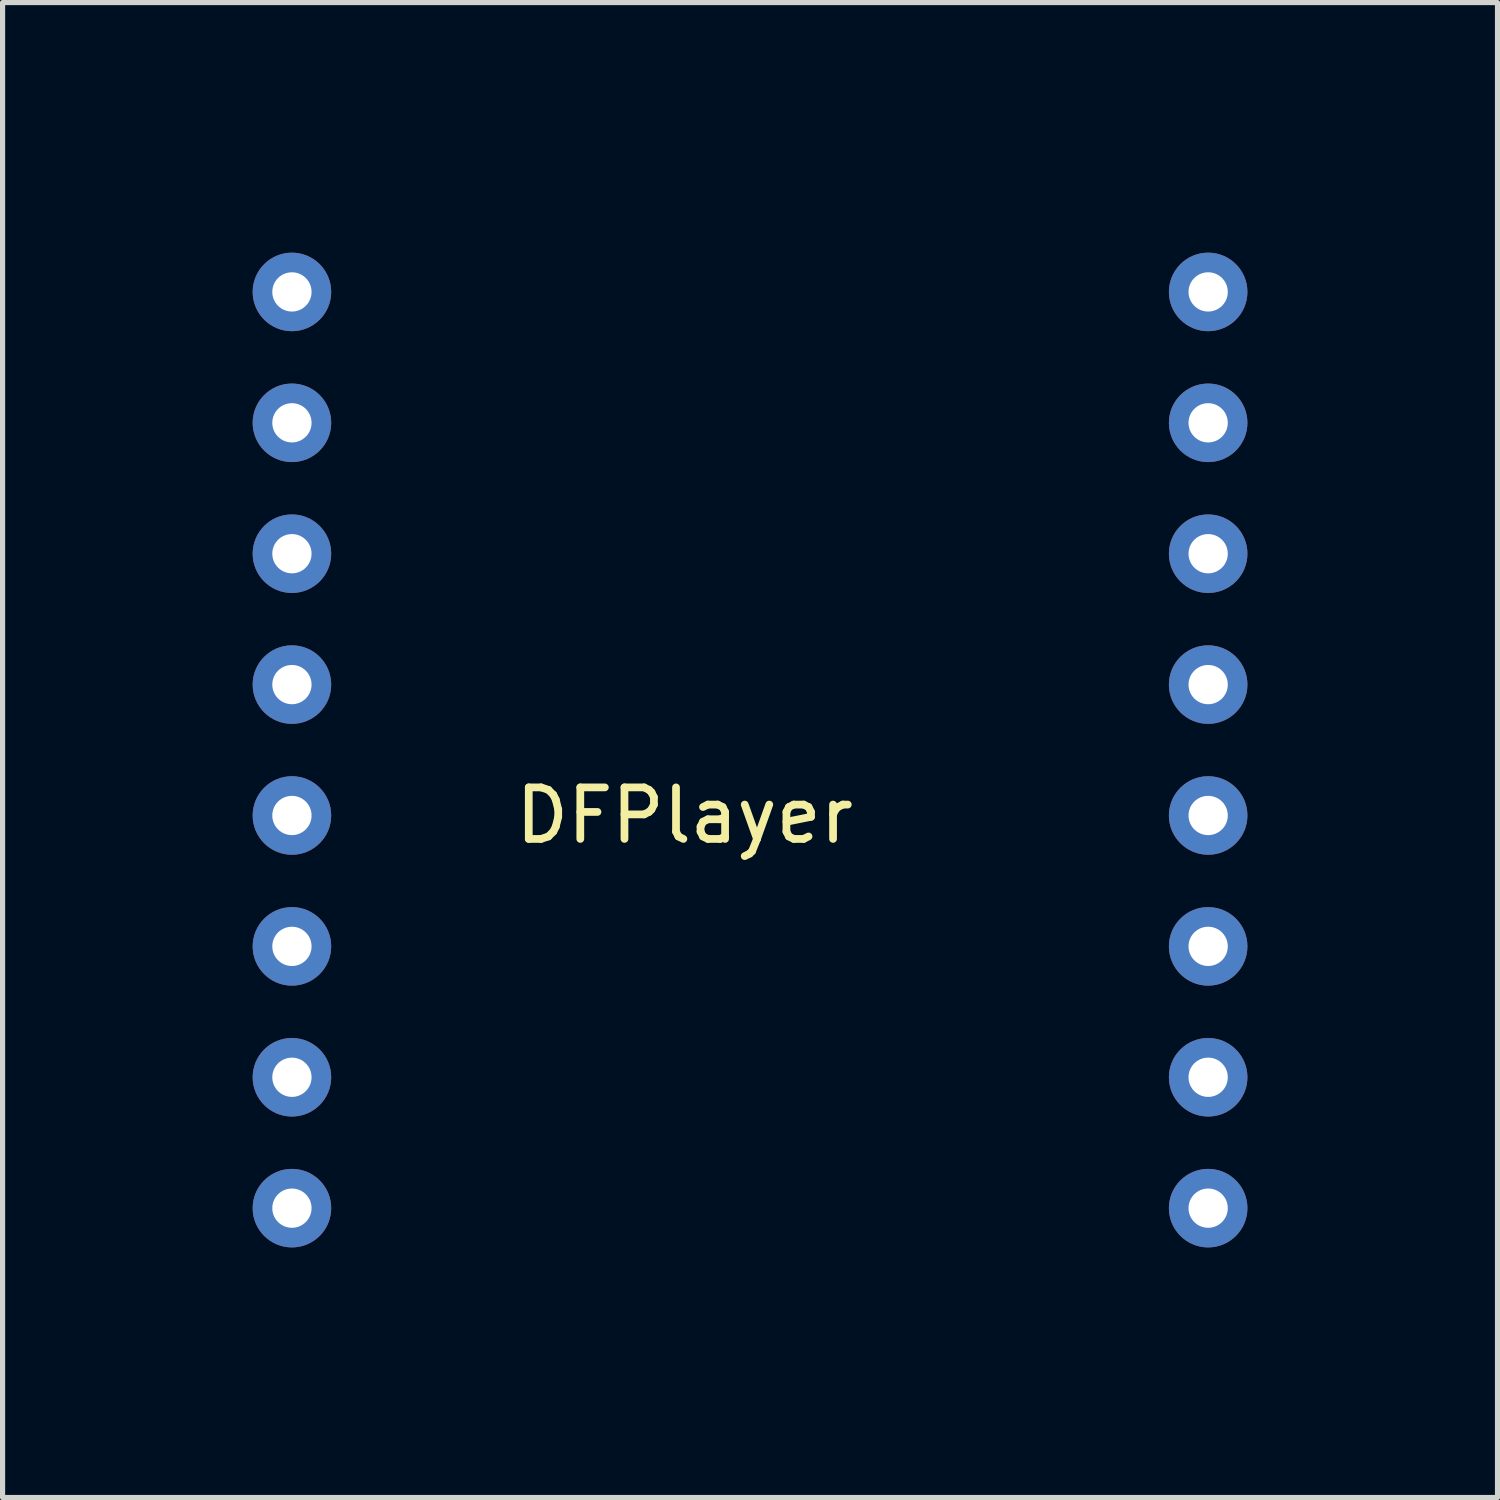
<source format=kicad_pcb>
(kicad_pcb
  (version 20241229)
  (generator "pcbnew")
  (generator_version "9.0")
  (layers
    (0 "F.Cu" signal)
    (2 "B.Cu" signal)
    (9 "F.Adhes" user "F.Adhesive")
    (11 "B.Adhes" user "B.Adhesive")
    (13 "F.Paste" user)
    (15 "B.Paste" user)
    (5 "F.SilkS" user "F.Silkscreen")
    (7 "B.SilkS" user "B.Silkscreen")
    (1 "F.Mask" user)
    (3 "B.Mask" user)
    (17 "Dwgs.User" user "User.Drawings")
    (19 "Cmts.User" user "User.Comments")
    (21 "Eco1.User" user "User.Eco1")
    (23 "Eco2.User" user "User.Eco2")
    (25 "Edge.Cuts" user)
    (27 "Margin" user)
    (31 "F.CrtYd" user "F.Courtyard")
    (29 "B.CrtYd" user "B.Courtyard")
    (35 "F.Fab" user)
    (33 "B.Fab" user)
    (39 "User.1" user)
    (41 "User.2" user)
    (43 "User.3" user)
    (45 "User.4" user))
  (footprint "DFPlayer"
    (layer "F.Cu")
    (at 10.235 2.615)
    (property "Reference" "DFPlayer" (at 0 10.16 0) (layer "F.SilkS") (effects (font (size 1 1) (thickness 0.15))))
    (attr through_hole)
    (fp_line (start -10.16 -2.54) (end 12.7 -2.54) (stroke (width 0.15) (type solid)) (layer "B.Mask"))
    (fp_line (start -10.16 20.32) (end -10.16 -2.54) (stroke (width 0.15) (type solid)) (layer "B.Mask"))
    (fp_line (start 12.7 -2.54) (end 12.7 20.32) (stroke (width 0.15) (type solid)) (layer "B.Mask"))
    (fp_line (start 12.7 20.32) (end -10.16 20.32) (stroke (width 0.15) (type solid)) (layer "B.Mask"))
    (pad "1" thru_hole circle (at -7.62 0) (size 1.524 1.524) (drill 0.762) (layers "*.Cu" "*.Mask"))
    (pad "2" thru_hole circle (at -7.62 2.54) (size 1.524 1.524) (drill 0.762) (layers "*.Cu" "*.Mask"))
    (pad "3" thru_hole circle (at -7.62 5.08) (size 1.524 1.524) (drill 0.762) (layers "*.Cu" "*.Mask"))
    (pad "4" thru_hole circle (at -7.62 7.62) (size 1.524 1.524) (drill 0.762) (layers "*.Cu" "*.Mask"))
    (pad "5" thru_hole circle (at -7.62 10.16) (size 1.524 1.524) (drill 0.762) (layers "*.Cu" "*.Mask"))
    (pad "6" thru_hole circle (at -7.62 12.7) (size 1.524 1.524) (drill 0.762) (layers "*.Cu" "*.Mask"))
    (pad "7" thru_hole circle (at -7.62 15.24) (size 1.524 1.524) (drill 0.762) (layers "*.Cu" "*.Mask"))
    (pad "8" thru_hole circle (at -7.62 17.78) (size 1.524 1.524) (drill 0.762) (layers "*.Cu" "*.Mask"))
    (pad "9" thru_hole circle (at 10.16 17.78) (size 1.524 1.524) (drill 0.762) (layers "*.Cu" "*.Mask"))
    (pad "10" thru_hole circle (at 10.16 15.24) (size 1.524 1.524) (drill 0.762) (layers "*.Cu" "*.Mask"))
    (pad "11" thru_hole circle (at 10.16 12.7) (size 1.524 1.524) (drill 0.762) (layers "*.Cu" "*.Mask"))
    (pad "12" thru_hole circle (at 10.16 10.16) (size 1.524 1.524) (drill 0.762) (layers "*.Cu" "*.Mask"))
    (pad "13" thru_hole circle (at 10.16 7.62) (size 1.524 1.524) (drill 0.762) (layers "*.Cu" "*.Mask"))
    (pad "14" thru_hole circle (at 10.16 5.08) (size 1.524 1.524) (drill 0.762) (layers "*.Cu" "*.Mask"))
    (pad "15" thru_hole circle (at 10.16 2.54) (size 1.524 1.524) (drill 0.762) (layers "*.Cu" "*.Mask"))
    (pad "16" thru_hole circle (at 10.16 0) (size 1.524 1.524) (drill 0.762) (layers "*.Cu" "*.Mask")))
  (gr_rect
    (start -3 -3)
    (end 26.01 26.01)
    (stroke (width 0.1) (type default))
    (fill no)
    (layer "Edge.Cuts")))
</source>
